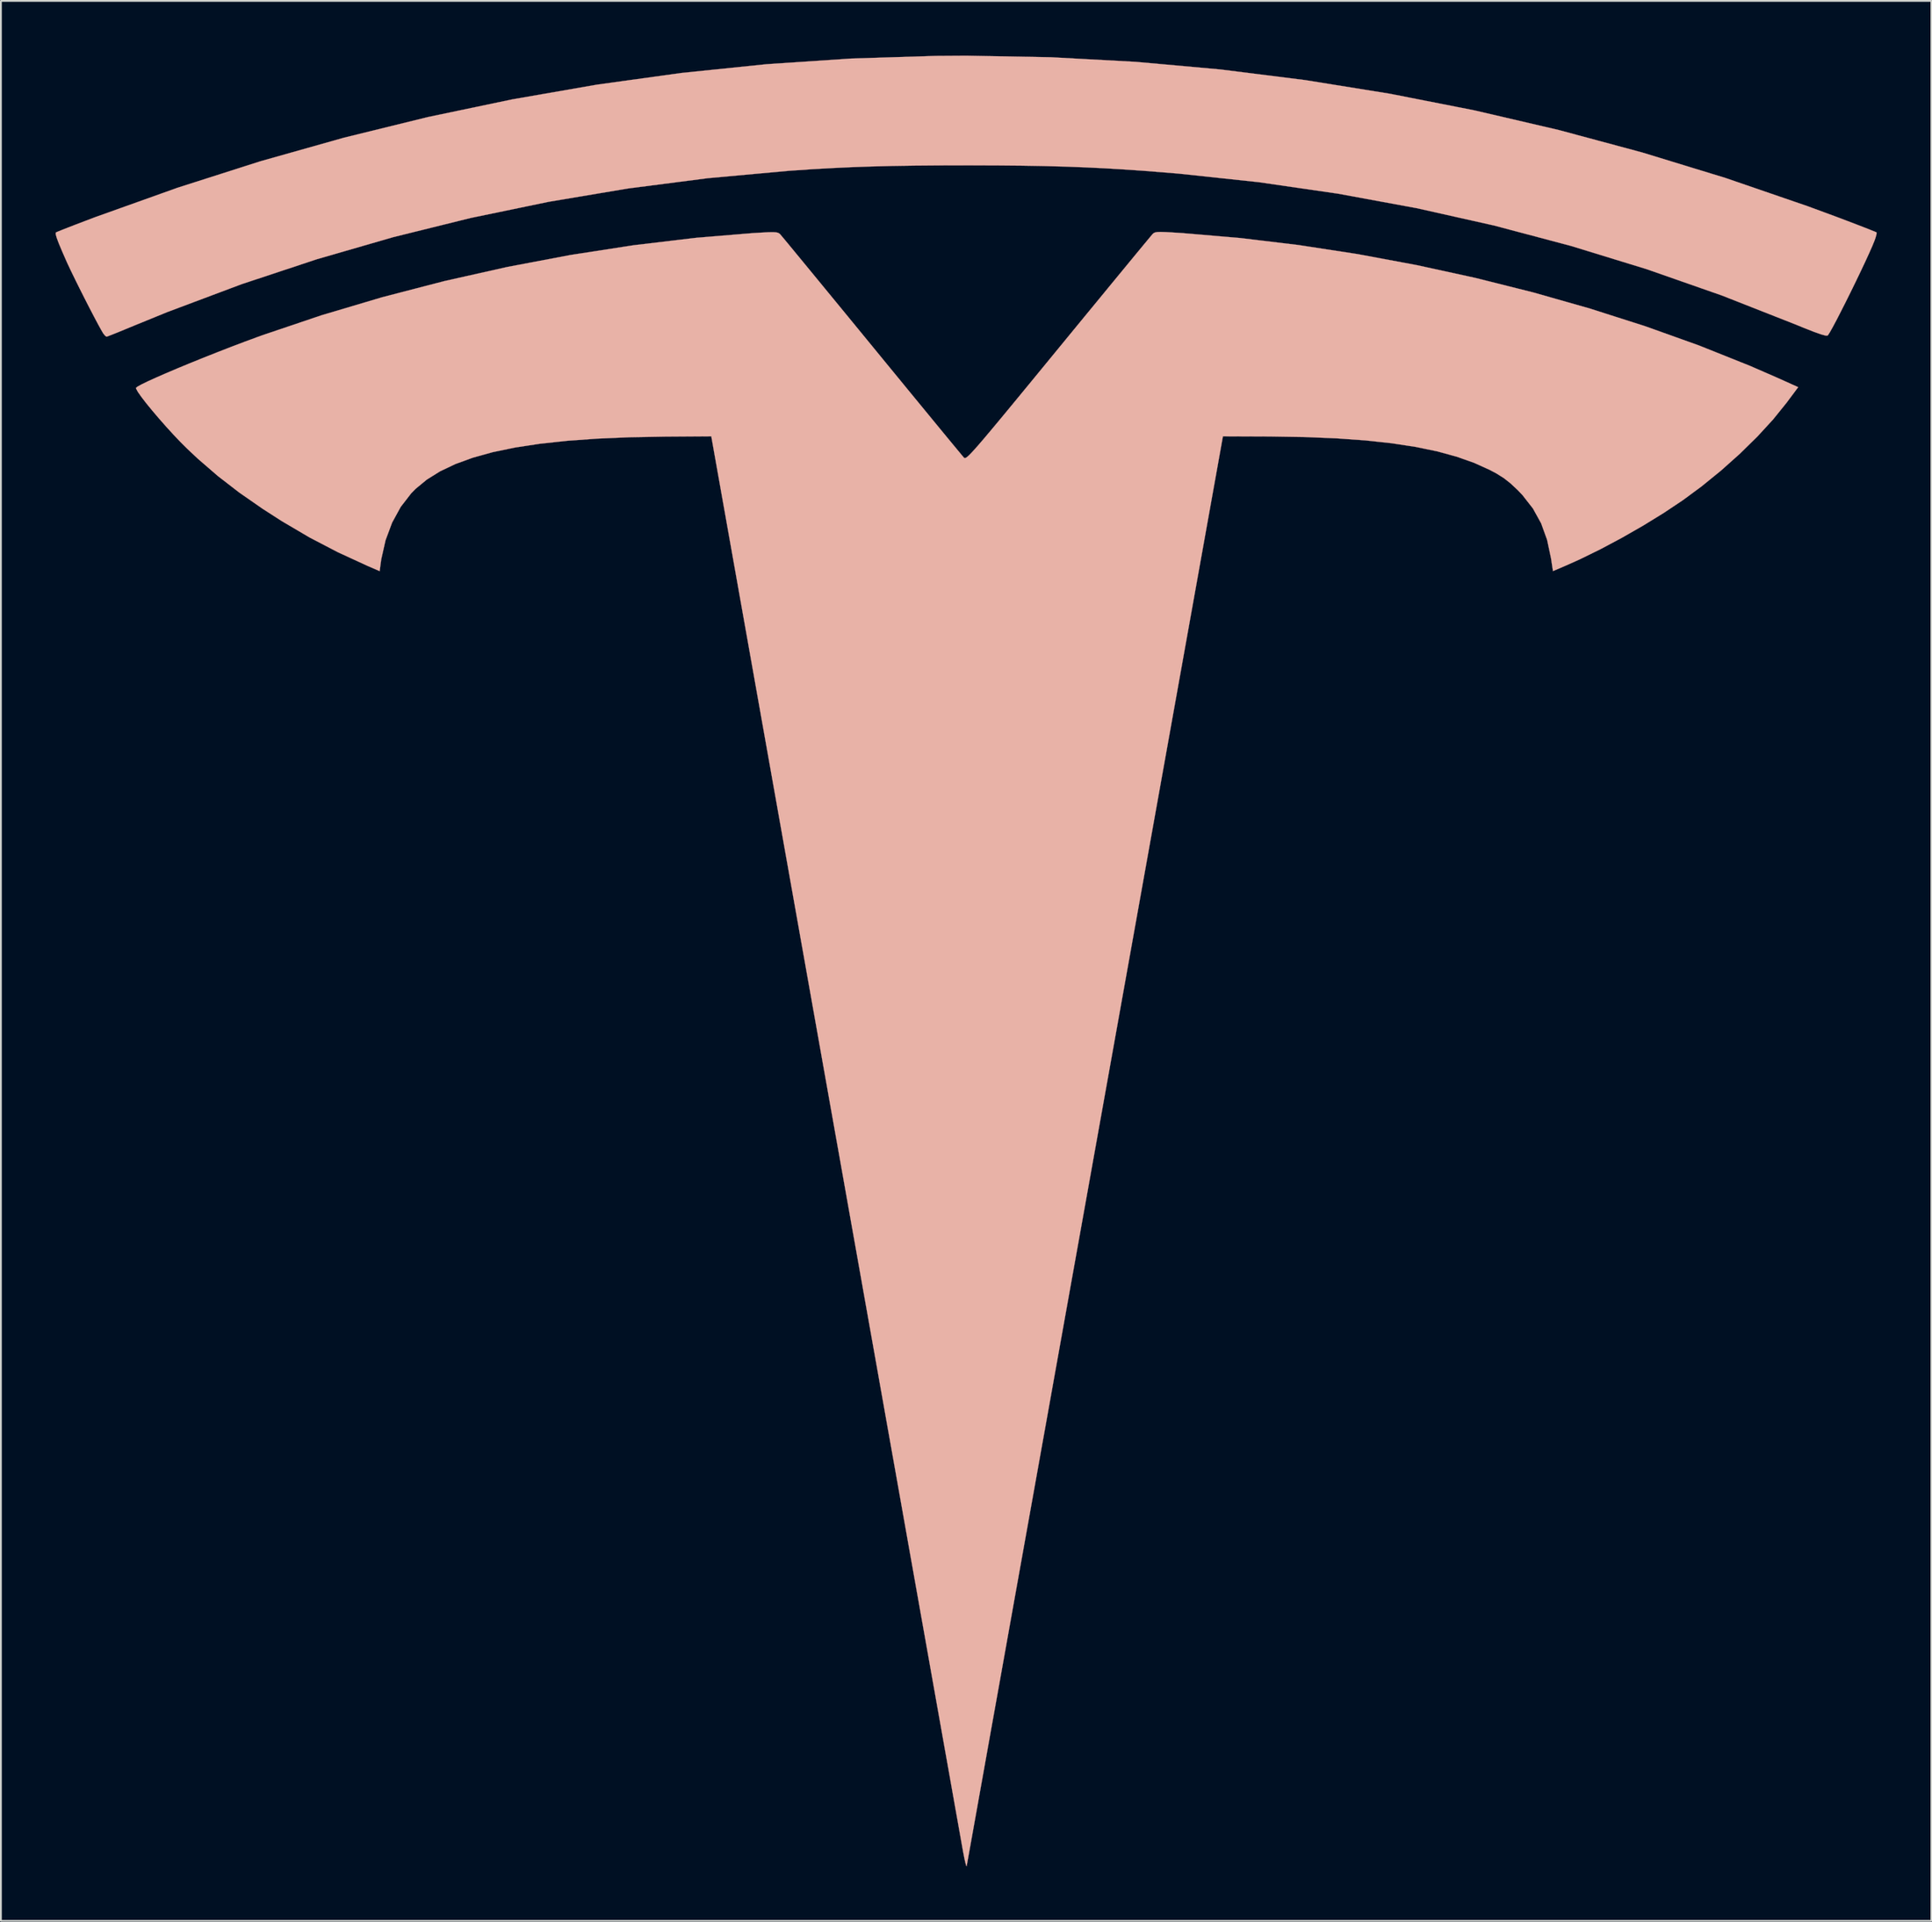
<source format=kicad_pcb>
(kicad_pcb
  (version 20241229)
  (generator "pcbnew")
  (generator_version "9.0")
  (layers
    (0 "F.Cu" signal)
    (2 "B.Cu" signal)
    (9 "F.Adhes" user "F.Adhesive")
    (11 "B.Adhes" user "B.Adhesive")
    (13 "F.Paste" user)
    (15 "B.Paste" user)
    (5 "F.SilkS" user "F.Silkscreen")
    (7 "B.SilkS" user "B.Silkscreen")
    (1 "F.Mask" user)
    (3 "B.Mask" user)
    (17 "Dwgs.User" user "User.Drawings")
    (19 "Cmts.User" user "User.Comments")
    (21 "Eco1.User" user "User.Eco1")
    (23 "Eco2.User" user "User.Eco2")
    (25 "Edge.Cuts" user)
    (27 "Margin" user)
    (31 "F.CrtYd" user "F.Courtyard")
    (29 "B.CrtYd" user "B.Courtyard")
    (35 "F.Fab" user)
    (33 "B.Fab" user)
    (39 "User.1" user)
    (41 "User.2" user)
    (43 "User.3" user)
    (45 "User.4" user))
  (footprint "tesla_10x10_B"
    (layer "F.Cu")
    (at 49.868 49.703)
    (property "Reference" "tesla_10x10_B" (at 0 0 0) (layer "B.SilkS") (effects (font (size 1.524 1.524) (thickness 0.3))))
    (attr through_hole)
    (fp_poly (pts (xy 4.677 -49.613) (xy 9.323 -49.362) (xy 13.972 -48.944) (xy 18.62 -48.36) (xy 23.262 -47.612) (xy 27.891 -46.701) (xy 32.501 -45.627) (xy 37.088 -44.392) (xy 41.645 -42.997) (xy 46.167 -41.442) (xy 47.779 -40.847) (xy 48.342 -40.634) (xy 48.852 -40.439) (xy 49.287 -40.271) (xy 49.627 -40.137) (xy 49.851 -40.047) (xy 49.936 -40.008) (xy 49.933 -39.912) (xy 49.878 -39.712) (xy 49.825 -39.562) (xy 49.706 -39.27) (xy 49.532 -38.876) (xy 49.315 -38.403) (xy 49.066 -37.875) (xy 48.796 -37.313) (xy 48.517 -36.741) (xy 48.239 -36.182) (xy 47.974 -35.658) (xy 47.734 -35.191) (xy 47.528 -34.806) (xy 47.369 -34.523) (xy 47.268 -34.367) (xy 47.255 -34.352) (xy 47.147 -34.35) (xy 46.896 -34.418) (xy 46.499 -34.559) (xy 45.955 -34.773) (xy 45.534 -34.946) (xy 41.458 -36.55) (xy 37.342 -37.991) (xy 33.183 -39.269) (xy 28.98 -40.385) (xy 24.73 -41.339) (xy 20.431 -42.131) (xy 16.08 -42.763) (xy 11.676 -43.234) (xy 9.779 -43.387) (xy 8.665 -43.463) (xy 7.59 -43.527) (xy 6.524 -43.578) (xy 5.44 -43.618) (xy 4.307 -43.648) (xy 3.097 -43.669) (xy 1.782 -43.681) (xy 0.331 -43.686) (xy 0.042 -43.686) (xy -1.437 -43.683) (xy -2.775 -43.672) (xy -4.003 -43.653) (xy -5.147 -43.625) (xy -6.239 -43.587) (xy -7.306 -43.537) (xy -8.377 -43.476) (xy -9.481 -43.402) (xy -9.694 -43.387) (xy -14.122 -42.983) (xy -18.505 -42.417) (xy -22.84 -41.689) (xy -27.127 -40.8) (xy -31.364 -39.75) (xy -35.547 -38.54) (xy -39.677 -37.17) (xy -43.75 -35.641) (xy -45.588 -34.89) (xy -46.047 -34.7) (xy -46.451 -34.534) (xy -46.776 -34.404) (xy -46.995 -34.319) (xy -47.081 -34.29) (xy -47.166 -34.353) (xy -47.265 -34.48) (xy -47.379 -34.675) (xy -47.553 -34.992) (xy -47.772 -35.405) (xy -48.021 -35.884) (xy -48.285 -36.401) (xy -48.55 -36.927) (xy -48.801 -37.434) (xy -49.024 -37.892) (xy -49.204 -38.273) (xy -49.26 -38.396) (xy -49.512 -38.97) (xy -49.694 -39.404) (xy -49.809 -39.712) (xy -49.863 -39.906) (xy -49.859 -39.999) (xy -49.855 -40.004) (xy -49.767 -40.045) (xy -49.541 -40.137) (xy -49.199 -40.271) (xy -48.762 -40.441) (xy -48.25 -40.636) (xy -47.694 -40.847) (xy -43.186 -42.458) (xy -38.642 -43.91) (xy -34.065 -45.202) (xy -29.463 -46.334) (xy -24.84 -47.303) (xy -20.203 -48.11) (xy -15.557 -48.753) (xy -10.907 -49.231) (xy -6.26 -49.542) (xy -1.621 -49.687) (xy 0.042 -49.698) (xy 4.677 -49.613)) (stroke (width 0.01) (type solid)) (fill yes) (layer "B.SilkS"))
    (fp_poly (pts (xy 10.983 -40.026) (xy 11.384 -40.003) (xy 11.909 -39.969) (xy 15.06 -39.7) (xy 18.259 -39.315) (xy 21.484 -38.82) (xy 24.715 -38.218) (xy 27.93 -37.517) (xy 31.107 -36.72) (xy 34.225 -35.833) (xy 37.264 -34.861) (xy 40.2 -33.81) (xy 43.014 -32.684) (xy 44.461 -32.053) (xy 45.64 -31.523) (xy 44.997 -30.661) (xy 44.267 -29.756) (xy 43.406 -28.818) (xy 42.444 -27.873) (xy 41.408 -26.948) (xy 40.327 -26.069) (xy 39.306 -25.317) (xy 38.278 -24.631) (xy 37.153 -23.938) (xy 35.975 -23.263) (xy 34.793 -22.633) (xy 33.653 -22.074) (xy 32.885 -21.731) (xy 32.2 -21.438) (xy 32.096 -22.128) (xy 31.879 -23.15) (xy 31.552 -24.057) (xy 31.102 -24.871) (xy 30.521 -25.614) (xy 30.277 -25.869) (xy 29.88 -26.242) (xy 29.516 -26.53) (xy 29.117 -26.782) (xy 28.744 -26.981) (xy 27.886 -27.37) (xy 26.926 -27.71) (xy 25.858 -28.003) (xy 24.672 -28.248) (xy 23.362 -28.448) (xy 21.918 -28.604) (xy 20.334 -28.717) (xy 18.602 -28.788) (xy 16.713 -28.818) (xy 16.601 -28.819) (xy 14.11 -28.829) (xy 7.101 10.287) (xy 6.645 12.833) (xy 6.196 15.338) (xy 5.755 17.796) (xy 5.324 20.202) (xy 4.903 22.551) (xy 4.494 24.838) (xy 4.096 27.057) (xy 3.712 29.204) (xy 3.341 31.272) (xy 2.985 33.258) (xy 2.645 35.156) (xy 2.322 36.961) (xy 2.017 38.667) (xy 1.73 40.269) (xy 1.462 41.762) (xy 1.215 43.141) (xy 0.99 44.402) (xy 0.787 45.537) (xy 0.607 46.543) (xy 0.451 47.415) (xy 0.32 48.146) (xy 0.215 48.732) (xy 0.137 49.168) (xy 0.087 49.449) (xy 0.066 49.568) (xy 0.065 49.572) (xy 0.042 49.558) (xy -0.003 49.402) (xy -0.064 49.128) (xy -0.135 48.761) (xy -0.156 48.641) (xy -0.184 48.485) (xy -0.24 48.168) (xy -0.324 47.695) (xy -0.435 47.072) (xy -0.572 46.304) (xy -0.733 45.395) (xy -0.918 44.353) (xy -1.127 43.182) (xy -1.357 41.888) (xy -1.608 40.475) (xy -1.879 38.95) (xy -2.169 37.318) (xy -2.478 35.584) (xy -2.803 33.754) (xy -3.145 31.833) (xy -3.501 29.827) (xy -3.872 27.74) (xy -4.257 25.579) (xy -4.653 23.349) (xy -5.061 21.054) (xy -5.48 18.702) (xy -5.907 16.296) (xy -6.344 13.843) (xy -6.787 11.348) (xy -7.142 9.356) (xy -13.932 -28.829) (xy -16.427 -28.812) (xy -18.389 -28.777) (xy -20.191 -28.701) (xy -21.84 -28.582) (xy -23.34 -28.419) (xy -24.697 -28.212) (xy -25.916 -27.958) (xy -27.003 -27.656) (xy -27.963 -27.306) (xy -28.802 -26.906) (xy -29.524 -26.455) (xy -30.135 -25.952) (xy -30.375 -25.709) (xy -30.954 -24.96) (xy -31.428 -24.094) (xy -31.786 -23.131) (xy -32.02 -22.095) (xy -32.052 -21.873) (xy -32.109 -21.436) (xy -32.755 -21.715) (xy -34.397 -22.471) (xy -35.95 -23.281) (xy -37.478 -24.181) (xy -38.523 -24.854) (xy -39.809 -25.748) (xy -40.975 -26.649) (xy -42.067 -27.593) (xy -42.662 -28.152) (xy -43.028 -28.517) (xy -43.42 -28.93) (xy -43.821 -29.37) (xy -44.213 -29.816) (xy -44.58 -30.248) (xy -44.906 -30.647) (xy -45.171 -30.992) (xy -45.361 -31.263) (xy -45.457 -31.439) (xy -45.466 -31.478) (xy -45.389 -31.547) (xy -45.171 -31.669) (xy -44.827 -31.837) (xy -44.374 -32.043) (xy -43.828 -32.282) (xy -43.206 -32.547) (xy -42.524 -32.829) (xy -41.799 -33.123) (xy -41.048 -33.421) (xy -40.286 -33.718) (xy -39.53 -34.005) (xy -38.797 -34.276) (xy -38.523 -34.375) (xy -35.302 -35.463) (xy -31.975 -36.452) (xy -28.571 -37.337) (xy -25.119 -38.112) (xy -21.648 -38.77) (xy -18.187 -39.305) (xy -14.766 -39.712) (xy -11.691 -39.967) (xy -11.174 -39.999) (xy -10.799 -40.018) (xy -10.54 -40.022) (xy -10.369 -40.01) (xy -10.261 -39.982) (xy -10.188 -39.935) (xy -10.156 -39.904) (xy -10.082 -39.817) (xy -9.908 -39.609) (xy -9.643 -39.289) (xy -9.295 -38.866) (xy -8.87 -38.35) (xy -8.377 -37.75) (xy -7.824 -37.077) (xy -7.218 -36.339) (xy -6.567 -35.546) (xy -5.88 -34.708) (xy -5.164 -33.834) (xy -5.121 -33.782) (xy -4.404 -32.906) (xy -3.714 -32.065) (xy -3.062 -31.269) (xy -2.453 -30.528) (xy -1.896 -29.85) (xy -1.4 -29.246) (xy -0.971 -28.725) (xy -0.617 -28.297) (xy -0.347 -27.97) (xy -0.168 -27.755) (xy -0.089 -27.661) (xy -0.087 -27.659) (xy -0.059 -27.638) (xy -0.022 -27.634) (xy 0.031 -27.655) (xy 0.105 -27.708) (xy 0.208 -27.802) (xy 0.345 -27.943) (xy 0.525 -28.139) (xy 0.752 -28.399) (xy 1.035 -28.729) (xy 1.378 -29.137) (xy 1.79 -29.63) (xy 2.276 -30.217) (xy 2.843 -30.905) (xy 3.498 -31.701) (xy 4.247 -32.614) (xy 5.079 -33.628) (xy 5.807 -34.516) (xy 6.506 -35.368) (xy 7.17 -36.175) (xy 7.789 -36.929) (xy 8.356 -37.619) (xy 8.864 -38.236) (xy 9.305 -38.772) (xy 9.671 -39.215) (xy 9.955 -39.558) (xy 10.148 -39.79) (xy 10.243 -39.903) (xy 10.25 -39.911) (xy 10.311 -39.967) (xy 10.39 -40.006) (xy 10.511 -40.028) (xy 10.7 -40.034) (xy 10.983 -40.026)) (stroke (width 0.01) (type solid)) (fill yes) (layer "B.SilkS")))
  (gr_rect
    (start -3 -3)
    (end 102.809 102.28)
    (stroke (width 0.1) (type default))
    (fill no)
    (layer "Edge.Cuts")))
</source>
